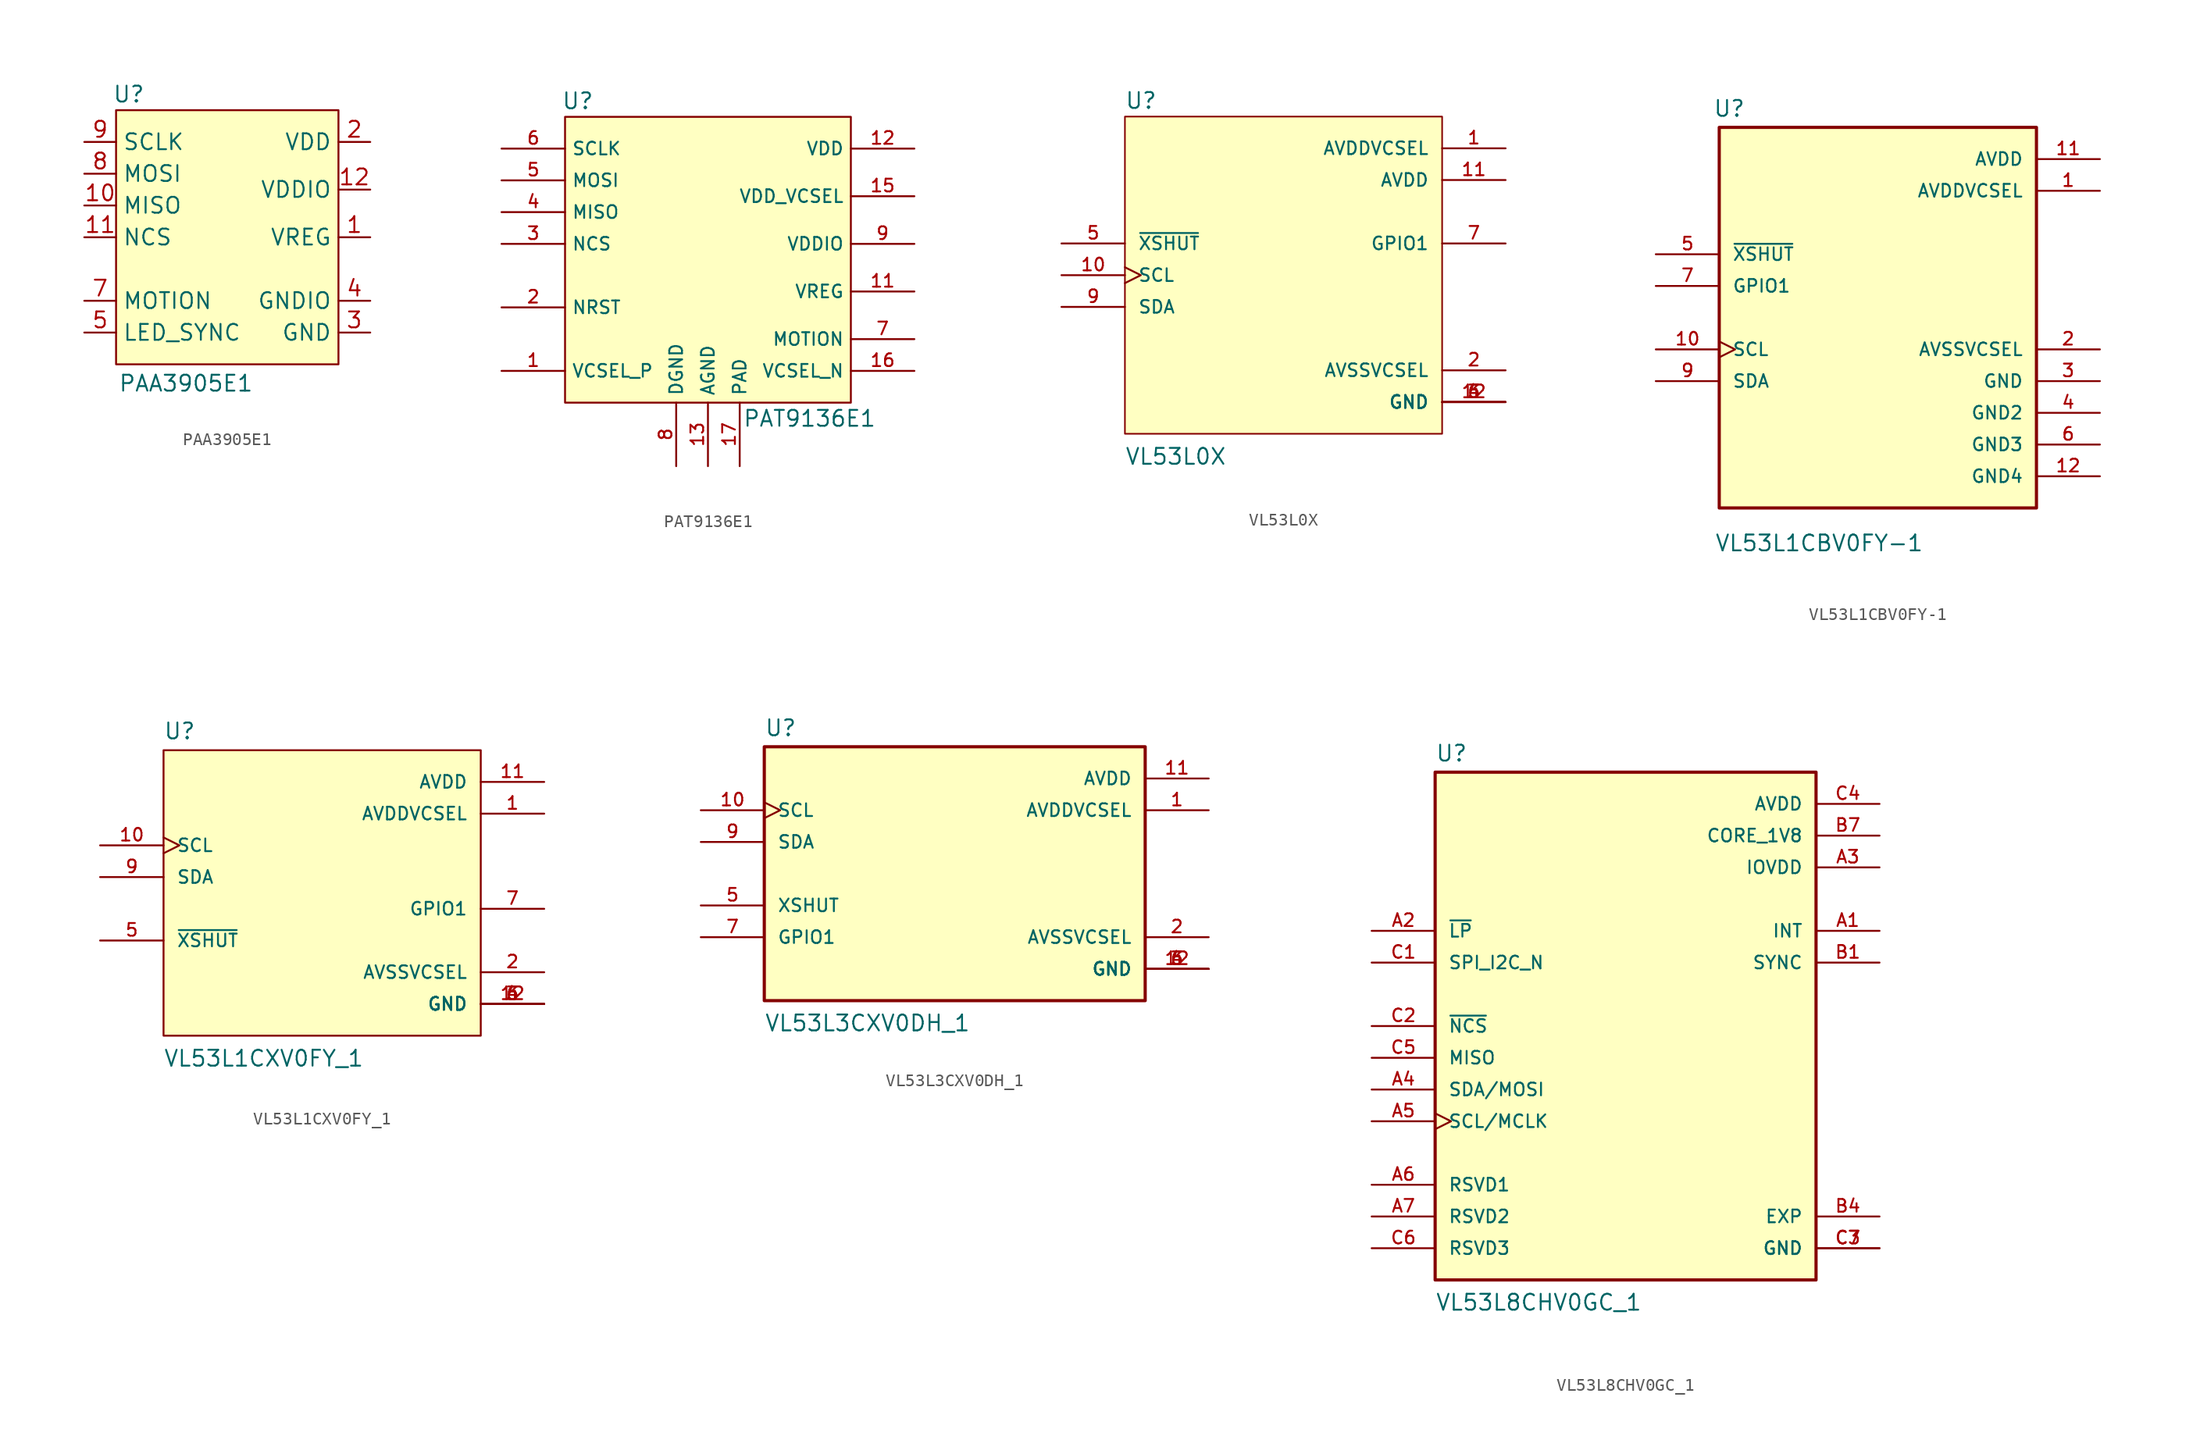
<source format=kicad_sym>
(kicad_symbol_lib
  (version 20241209)
  (generator "kicad_symbol_editor")
  (generator_version "9.0")
  (symbol "PAA3905E1"
    (property "Reference" "U"
      (at -7.874 11.43 0)
      (effects (font (size 1.27 1.27))))
    (property "Value" "PAA3905E1"
      (at -3.302 -11.684 0)
      (effects (font (size 1.27 1.27))))
    (symbol "PAA3905E1_1_1"
      (rectangle (start -8.89 10.16) (end 8.89 -10.16) (stroke (width 0) (type default)) (fill (type background)))
      (pin input line (at -11.43 7.62 0) (length 2.54) (name "SCLK" (effects (font (size 1.27 1.27)))) (number "9" (effects (font (size 1.27 1.27)))))
      (pin bidirectional line (at -11.43 5.08 0) (length 2.54) (name "MOSI" (effects (font (size 1.27 1.27)))) (number "8" (effects (font (size 1.27 1.27)))))
      (pin bidirectional line (at -11.43 2.54 0) (length 2.54) (name "MISO" (effects (font (size 1.27 1.27)))) (number "10" (effects (font (size 1.27 1.27)))))
      (pin input line (at -11.43 0 0) (length 2.54) (name "NCS" (effects (font (size 1.27 1.27)))) (number "11" (effects (font (size 1.27 1.27)))))
      (pin passive line (at -11.43 -2.54 0) (length 2.54) (hide yes) (name "NC" (effects (font (size 1.27 1.27)))) (number "6" (effects (font (size 1.27 1.27)))))
      (pin output line (at -11.43 -5.08 0) (length 2.54) (name "MOTION" (effects (font (size 1.27 1.27)))) (number "7" (effects (font (size 1.27 1.27)))))
      (pin output line (at -11.43 -7.62 0) (length 2.54) (name "LED_SYNC" (effects (font (size 1.27 1.27)))) (number "5" (effects (font (size 1.27 1.27)))))
      (pin power_in line (at 11.43 7.62 180) (length 2.54) (name "VDD" (effects (font (size 1.27 1.27)))) (number "2" (effects (font (size 1.27 1.27)))))
      (pin power_in line (at 11.43 3.81 180) (length 2.54) (name "VDDIO" (effects (font (size 1.27 1.27)))) (number "12" (effects (font (size 1.27 1.27)))))
      (pin power_in line (at 11.43 0 180) (length 2.54) (name "VREG" (effects (font (size 1.27 1.27)))) (number "1" (effects (font (size 1.27 1.27)))))
      (pin power_in line (at 11.43 -5.08 180) (length 2.54) (name "GNDIO" (effects (font (size 1.27 1.27)))) (number "4" (effects (font (size 1.27 1.27)))))
      (pin power_in line (at 11.43 -7.62 180) (length 2.54) (name "GND" (effects (font (size 1.27 1.27)))) (number "3" (effects (font (size 1.27 1.27)))))))
  (symbol "PAT9136E1"
    (property "Reference" "U"
      (at -10.414 12.7 0)
      (effects (font (size 1.27 1.27))))
    (property "Value" "PAT9136E1"
      (at 8.128 -12.7 0)
      (effects (font (size 1.27 1.27))))
    (symbol "PAT9136E1_1_0"
      (pin input line (at -16.51 8.89 0) (length 5.08) (name "SCLK" (effects (font (size 1.016 1.016)))) (number "6" (effects (font (size 1.016 1.016)))))
      (pin input line (at -16.51 6.35 0) (length 5.08) (name "MOSI" (effects (font (size 1.016 1.016)))) (number "5" (effects (font (size 1.016 1.016)))))
      (pin output line (at -16.51 3.81 0) (length 5.08) (name "MISO" (effects (font (size 1.016 1.016)))) (number "4" (effects (font (size 1.016 1.016)))))
      (pin input line (at -16.51 1.27 0) (length 5.08) (name "NCS" (effects (font (size 1.016 1.016)))) (number "3" (effects (font (size 1.016 1.016)))))
      (pin no_connect line (at -16.51 -1.27 0) (length 5.08) (hide yes) (name "NC" (effects (font (size 1.016 1.016)))) (number "10" (effects (font (size 1.016 1.016)))))
      (pin input line (at -16.51 -3.81 0) (length 5.08) (name "NRST" (effects (font (size 1.016 1.016)))) (number "2" (effects (font (size 1.016 1.016)))))
      (pin no_connect line (at -16.51 -6.35 0) (length 5.08) (hide yes) (name "NC" (effects (font (size 1.016 1.016)))) (number "14" (effects (font (size 1.016 1.016)))))
      (pin input line (at -16.51 -8.89 0) (length 5.08) (name "VCSEL_P" (effects (font (size 1.016 1.016)))) (number "1" (effects (font (size 1.016 1.016)))))
      (pin power_in line (at -2.54 -16.51 90) (length 5.08) (name "DGND" (effects (font (size 1.016 1.016)))) (number "8" (effects (font (size 1.016 1.016)))))
      (pin power_in line (at 0 -16.51 90) (length 5.08) (name "AGND" (effects (font (size 1.016 1.016)))) (number "13" (effects (font (size 1.016 1.016)))))
      (pin power_in line (at 2.54 -16.51 90) (length 5.08) (name "PAD" (effects (font (size 1.016 1.016)))) (number "17" (effects (font (size 1.016 1.016)))))
      (pin power_in line (at 16.51 8.89 180) (length 5.08) (name "VDD" (effects (font (size 1.016 1.016)))) (number "12" (effects (font (size 1.016 1.016)))))
      (pin power_in line (at 16.51 5.08 180) (length 5.08) (name "VDD_VCSEL" (effects (font (size 1.016 1.016)))) (number "15" (effects (font (size 1.016 1.016)))))
      (pin power_in line (at 16.51 1.27 180) (length 5.08) (name "VDDIO" (effects (font (size 1.016 1.016)))) (number "9" (effects (font (size 1.016 1.016)))))
      (pin power_in line (at 16.51 -2.54 180) (length 5.08) (name "VREG" (effects (font (size 1.016 1.016)))) (number "11" (effects (font (size 1.016 1.016)))))
      (pin output line (at 16.51 -6.35 180) (length 5.08) (name "MOTION" (effects (font (size 1.016 1.016)))) (number "7" (effects (font (size 1.016 1.016)))))
      (pin output line (at 16.51 -8.89 180) (length 5.08) (name "VCSEL_N" (effects (font (size 1.016 1.016)))) (number "16" (effects (font (size 1.016 1.016))))))
    (symbol "PAT9136E1_1_1"
      (rectangle (start -11.43 11.43) (end 11.43 -11.43) (stroke (width 0) (type default)) (fill (type background)))))
  (symbol "VL53L0X"
    (pin_names
      (offset 1.016))
    (property "Reference" "U"
      (at -12.724 13.233 0)
      (effects (font (size 1.27 1.27)) (justify left bottom)))
    (property "Value" "VL53L0X"
      (at -12.72 -15.265 0)
      (effects (font (size 1.27 1.27)) (justify left bottom)))
    (symbol "VL53L0X_0_0"
      (rectangle (start -12.7 -12.7) (end 12.7 12.7) (stroke (width 0.127) (type default)) (fill (type background)))
      (pin input line (at -17.78 2.54 0) (length 5.08) (name "~{XSHUT}" (effects (font (size 1.016 1.016)))) (number "5" (effects (font (size 1.016 1.016)))))
      (pin input clock (at -17.78 0 0) (length 5.08) (name "SCL" (effects (font (size 1.016 1.016)))) (number "10" (effects (font (size 1.016 1.016)))))
      (pin bidirectional line (at -17.78 -2.54 0) (length 5.08) (name "SDA" (effects (font (size 1.016 1.016)))) (number "9" (effects (font (size 1.016 1.016)))))
      (pin power_in line (at 17.78 10.16 180) (length 5.08) (name "AVDDVCSEL" (effects (font (size 1.016 1.016)))) (number "1" (effects (font (size 1.016 1.016)))))
      (pin power_in line (at 17.78 7.62 180) (length 5.08) (name "AVDD" (effects (font (size 1.016 1.016)))) (number "11" (effects (font (size 1.016 1.016)))))
      (pin output line (at 17.78 2.54 180) (length 5.08) (name "GPIO1" (effects (font (size 1.016 1.016)))) (number "7" (effects (font (size 1.016 1.016)))))
      (pin power_in line (at 17.78 -7.62 180) (length 5.08) (name "AVSSVCSEL" (effects (font (size 1.016 1.016)))) (number "2" (effects (font (size 1.016 1.016)))))
      (pin power_in line (at 17.78 -10.16 180) (length 5.08) (name "GND" (effects (font (size 1.016 1.016)))) (number "12" (effects (font (size 1.016 1.016)))))
      (pin power_in line (at 17.78 -10.16 180) (length 5.08) (name "GND" (effects (font (size 1.016 1.016)))) (number "3" (effects (font (size 1.016 1.016)))))
      (pin power_in line (at 17.78 -10.16 180) (length 5.08) (name "GND" (effects (font (size 1.016 1.016)))) (number "4" (effects (font (size 1.016 1.016)))))
      (pin power_in line (at 17.78 -10.16 180) (length 5.08) (name "GND" (effects (font (size 1.016 1.016)))) (number "6" (effects (font (size 1.016 1.016)))))))
  (symbol "VL53L1CBV0FY-1"
    (pin_names
      (offset 1.016))
    (property "Reference" "U"
      (at -13.206 16.003 0)
      (effects (font (size 1.27 1.27)) (justify left bottom)))
    (property "Value" "VL53L1CBV0FY-1"
      (at -13.077 -18.798 0)
      (effects (font (size 1.27 1.27)) (justify left bottom)))
    (symbol "VL53L1CBV0FY-1_0_0"
      (rectangle (start -12.7 -15.24) (end 12.7 15.24) (stroke (width 0.254) (type default)) (fill (type background)))
      (pin input line (at -17.78 5.08 0) (length 5.08) (name "~{XSHUT}" (effects (font (size 1.016 1.016)))) (number "5" (effects (font (size 1.016 1.016)))))
      (pin output line (at -17.78 2.54 0) (length 5.08) (name "GPIO1" (effects (font (size 1.016 1.016)))) (number "7" (effects (font (size 1.016 1.016)))))
      (pin input clock (at -17.78 -2.54 0) (length 5.08) (name "SCL" (effects (font (size 1.016 1.016)))) (number "10" (effects (font (size 1.016 1.016)))))
      (pin bidirectional line (at -17.78 -5.08 0) (length 5.08) (name "SDA" (effects (font (size 1.016 1.016)))) (number "9" (effects (font (size 1.016 1.016)))))
      (pin power_in line (at 17.78 12.7 180) (length 5.08) (name "AVDD" (effects (font (size 1.016 1.016)))) (number "11" (effects (font (size 1.016 1.016)))))
      (pin power_in line (at 17.78 10.16 180) (length 5.08) (name "AVDDVCSEL" (effects (font (size 1.016 1.016)))) (number "1" (effects (font (size 1.016 1.016)))))
      (pin power_in line (at 17.78 -2.54 180) (length 5.08) (name "AVSSVCSEL" (effects (font (size 1.016 1.016)))) (number "2" (effects (font (size 1.016 1.016)))))
      (pin power_in line (at 17.78 -5.08 180) (length 5.08) (name "GND" (effects (font (size 1.016 1.016)))) (number "3" (effects (font (size 1.016 1.016)))))
      (pin power_in line (at 17.78 -7.62 180) (length 5.08) (name "GND2" (effects (font (size 1.016 1.016)))) (number "4" (effects (font (size 1.016 1.016)))))
      (pin power_in line (at 17.78 -10.16 180) (length 5.08) (name "GND3" (effects (font (size 1.016 1.016)))) (number "6" (effects (font (size 1.016 1.016)))))
      (pin power_in line (at 17.78 -12.7 180) (length 5.08) (name "GND4" (effects (font (size 1.016 1.016)))) (number "12" (effects (font (size 1.016 1.016)))))))
  (symbol "VL53L1CXV0FY_1"
    (pin_names
      (offset 1.016))
    (property "Reference" "U"
      (at -12.722 13.486 0)
      (effects (font (size 1.27 1.27)) (justify left bottom)))
    (property "Value" "VL53L1CXV0FY_1"
      (at -12.723 -12.723 0)
      (effects (font (size 1.27 1.27)) (justify left bottom)))
    (symbol "VL53L1CXV0FY_1_0_0"
      (rectangle (start -12.7 -10.16) (end 12.7 12.7) (stroke (width 0.152) (type default)) (fill (type background)))
      (pin input clock (at -17.78 5.08 0) (length 5.08) (name "SCL" (effects (font (size 1.016 1.016)))) (number "10" (effects (font (size 1.016 1.016)))))
      (pin bidirectional line (at -17.78 2.54 0) (length 5.08) (name "SDA" (effects (font (size 1.016 1.016)))) (number "9" (effects (font (size 1.016 1.016)))))
      (pin input line (at -17.78 -2.54 0) (length 5.08) (name "~{XSHUT}" (effects (font (size 1.016 1.016)))) (number "5" (effects (font (size 1.016 1.016)))))
      (pin power_in line (at 17.78 10.16 180) (length 5.08) (name "AVDD" (effects (font (size 1.016 1.016)))) (number "11" (effects (font (size 1.016 1.016)))))
      (pin power_in line (at 17.78 7.62 180) (length 5.08) (name "AVDDVCSEL" (effects (font (size 1.016 1.016)))) (number "1" (effects (font (size 1.016 1.016)))))
      (pin output line (at 17.78 0 180) (length 5.08) (name "GPIO1" (effects (font (size 1.016 1.016)))) (number "7" (effects (font (size 1.016 1.016)))))
      (pin power_in line (at 17.78 -5.08 180) (length 5.08) (name "AVSSVCSEL" (effects (font (size 1.016 1.016)))) (number "2" (effects (font (size 1.016 1.016)))))
      (pin power_in line (at 17.78 -7.62 180) (length 5.08) (name "GND" (effects (font (size 1.016 1.016)))) (number "12" (effects (font (size 1.016 1.016)))))
      (pin power_in line (at 17.78 -7.62 180) (length 5.08) (name "GND" (effects (font (size 1.016 1.016)))) (number "3" (effects (font (size 1.016 1.016)))))
      (pin power_in line (at 17.78 -7.62 180) (length 5.08) (name "GND" (effects (font (size 1.016 1.016)))) (number "4" (effects (font (size 1.016 1.016)))))
      (pin power_in line (at 17.78 -7.62 180) (length 5.08) (name "GND" (effects (font (size 1.016 1.016)))) (number "6" (effects (font (size 1.016 1.016)))))))
  (symbol "VL53L3CXV0DH_1"
    (pin_names
      (offset 1.016))
    (property "Reference" "U"
      (at -15.24 10.922 0)
      (effects (font (size 1.27 1.27)) (justify left bottom)))
    (property "Value" "VL53L3CXV0DH_1"
      (at -15.24 -12.7 0)
      (effects (font (size 1.27 1.27)) (justify left bottom)))
    (symbol "VL53L3CXV0DH_1_0_0"
      (rectangle (start -15.24 -10.16) (end 15.24 10.16) (stroke (width 0.254) (type default)) (fill (type background)))
      (pin input clock (at -20.32 5.08 0) (length 5.08) (name "SCL" (effects (font (size 1.016 1.016)))) (number "10" (effects (font (size 1.016 1.016)))))
      (pin bidirectional line (at -20.32 2.54 0) (length 5.08) (name "SDA" (effects (font (size 1.016 1.016)))) (number "9" (effects (font (size 1.016 1.016)))))
      (pin input line (at -20.32 -2.54 0) (length 5.08) (name "XSHUT" (effects (font (size 1.016 1.016)))) (number "5" (effects (font (size 1.016 1.016)))))
      (pin output line (at -20.32 -5.08 0) (length 5.08) (name "GPIO1" (effects (font (size 1.016 1.016)))) (number "7" (effects (font (size 1.016 1.016)))))
      (pin power_in line (at 20.32 7.62 180) (length 5.08) (name "AVDD" (effects (font (size 1.016 1.016)))) (number "11" (effects (font (size 1.016 1.016)))))
      (pin power_in line (at 20.32 5.08 180) (length 5.08) (name "AVDDVCSEL" (effects (font (size 1.016 1.016)))) (number "1" (effects (font (size 1.016 1.016)))))
      (pin power_in line (at 20.32 -5.08 180) (length 5.08) (name "AVSSVCSEL" (effects (font (size 1.016 1.016)))) (number "2" (effects (font (size 1.016 1.016)))))
      (pin power_in line (at 20.32 -7.62 180) (length 5.08) (name "GND" (effects (font (size 1.016 1.016)))) (number "12" (effects (font (size 1.016 1.016)))))
      (pin power_in line (at 20.32 -7.62 180) (length 5.08) (name "GND" (effects (font (size 1.016 1.016)))) (number "3" (effects (font (size 1.016 1.016)))))
      (pin power_in line (at 20.32 -7.62 180) (length 5.08) (name "GND" (effects (font (size 1.016 1.016)))) (number "4" (effects (font (size 1.016 1.016)))))
      (pin power_in line (at 20.32 -7.62 180) (length 5.08) (name "GND" (effects (font (size 1.016 1.016)))) (number "6" (effects (font (size 1.016 1.016)))))))
  (symbol "VL53L8CHV0GC_1"
    (pin_names
      (offset 1.016))
    (property "Reference" "U"
      (at -15.24 21.082 0)
      (effects (font (size 1.27 1.27)) (justify left bottom)))
    (property "Value" "VL53L8CHV0GC_1"
      (at -15.24 -22.86 0)
      (effects (font (size 1.27 1.27)) (justify left bottom)))
    (symbol "VL53L8CHV0GC_1_0_0"
      (rectangle (start -15.24 -20.32) (end 15.24 20.32) (stroke (width 0.254) (type default)) (fill (type background)))
      (pin input line (at -20.32 7.62 0) (length 5.08) (name "~{LP}" (effects (font (size 1.016 1.016)))) (number "A2" (effects (font (size 1.016 1.016)))))
      (pin input line (at -20.32 5.08 0) (length 5.08) (name "SPI_I2C_N" (effects (font (size 1.016 1.016)))) (number "C1" (effects (font (size 1.016 1.016)))))
      (pin input line (at -20.32 0 0) (length 5.08) (name "~{NCS}" (effects (font (size 1.016 1.016)))) (number "C2" (effects (font (size 1.016 1.016)))))
      (pin output line (at -20.32 -2.54 0) (length 5.08) (name "MISO" (effects (font (size 1.016 1.016)))) (number "C5" (effects (font (size 1.016 1.016)))))
      (pin bidirectional line (at -20.32 -5.08 0) (length 5.08) (name "SDA/MOSI" (effects (font (size 1.016 1.016)))) (number "A4" (effects (font (size 1.016 1.016)))))
      (pin input clock (at -20.32 -7.62 0) (length 5.08) (name "SCL/MCLK" (effects (font (size 1.016 1.016)))) (number "A5" (effects (font (size 1.016 1.016)))))
      (pin power_in line (at -20.32 -12.7 0) (length 5.08) (name "RSVD1" (effects (font (size 1.016 1.016)))) (number "A6" (effects (font (size 1.016 1.016)))))
      (pin power_in line (at -20.32 -15.24 0) (length 5.08) (name "RSVD2" (effects (font (size 1.016 1.016)))) (number "A7" (effects (font (size 1.016 1.016)))))
      (pin power_in line (at -20.32 -17.78 0) (length 5.08) (name "RSVD3" (effects (font (size 1.016 1.016)))) (number "C6" (effects (font (size 1.016 1.016)))))
      (pin power_in line (at 20.32 17.78 180) (length 5.08) (name "AVDD" (effects (font (size 1.016 1.016)))) (number "C4" (effects (font (size 1.016 1.016)))))
      (pin power_in line (at 20.32 15.24 180) (length 5.08) (name "CORE_1V8" (effects (font (size 1.016 1.016)))) (number "B7" (effects (font (size 1.016 1.016)))))
      (pin power_in line (at 20.32 12.7 180) (length 5.08) (name "IOVDD" (effects (font (size 1.016 1.016)))) (number "A3" (effects (font (size 1.016 1.016)))))
      (pin bidirectional line (at 20.32 7.62 180) (length 5.08) (name "INT" (effects (font (size 1.016 1.016)))) (number "A1" (effects (font (size 1.016 1.016)))))
      (pin bidirectional line (at 20.32 5.08 180) (length 5.08) (name "SYNC" (effects (font (size 1.016 1.016)))) (number "B1" (effects (font (size 1.016 1.016)))))
      (pin power_in line (at 20.32 -15.24 180) (length 5.08) (name "EXP" (effects (font (size 1.016 1.016)))) (number "B4" (effects (font (size 1.016 1.016)))))
      (pin power_in line (at 20.32 -17.78 180) (length 5.08) (name "GND" (effects (font (size 1.016 1.016)))) (number "C3" (effects (font (size 1.016 1.016)))))
      (pin power_in line (at 20.32 -17.78 180) (length 5.08) (name "GND" (effects (font (size 1.016 1.016)))) (number "C7" (effects (font (size 1.016 1.016))))))))
</source>
